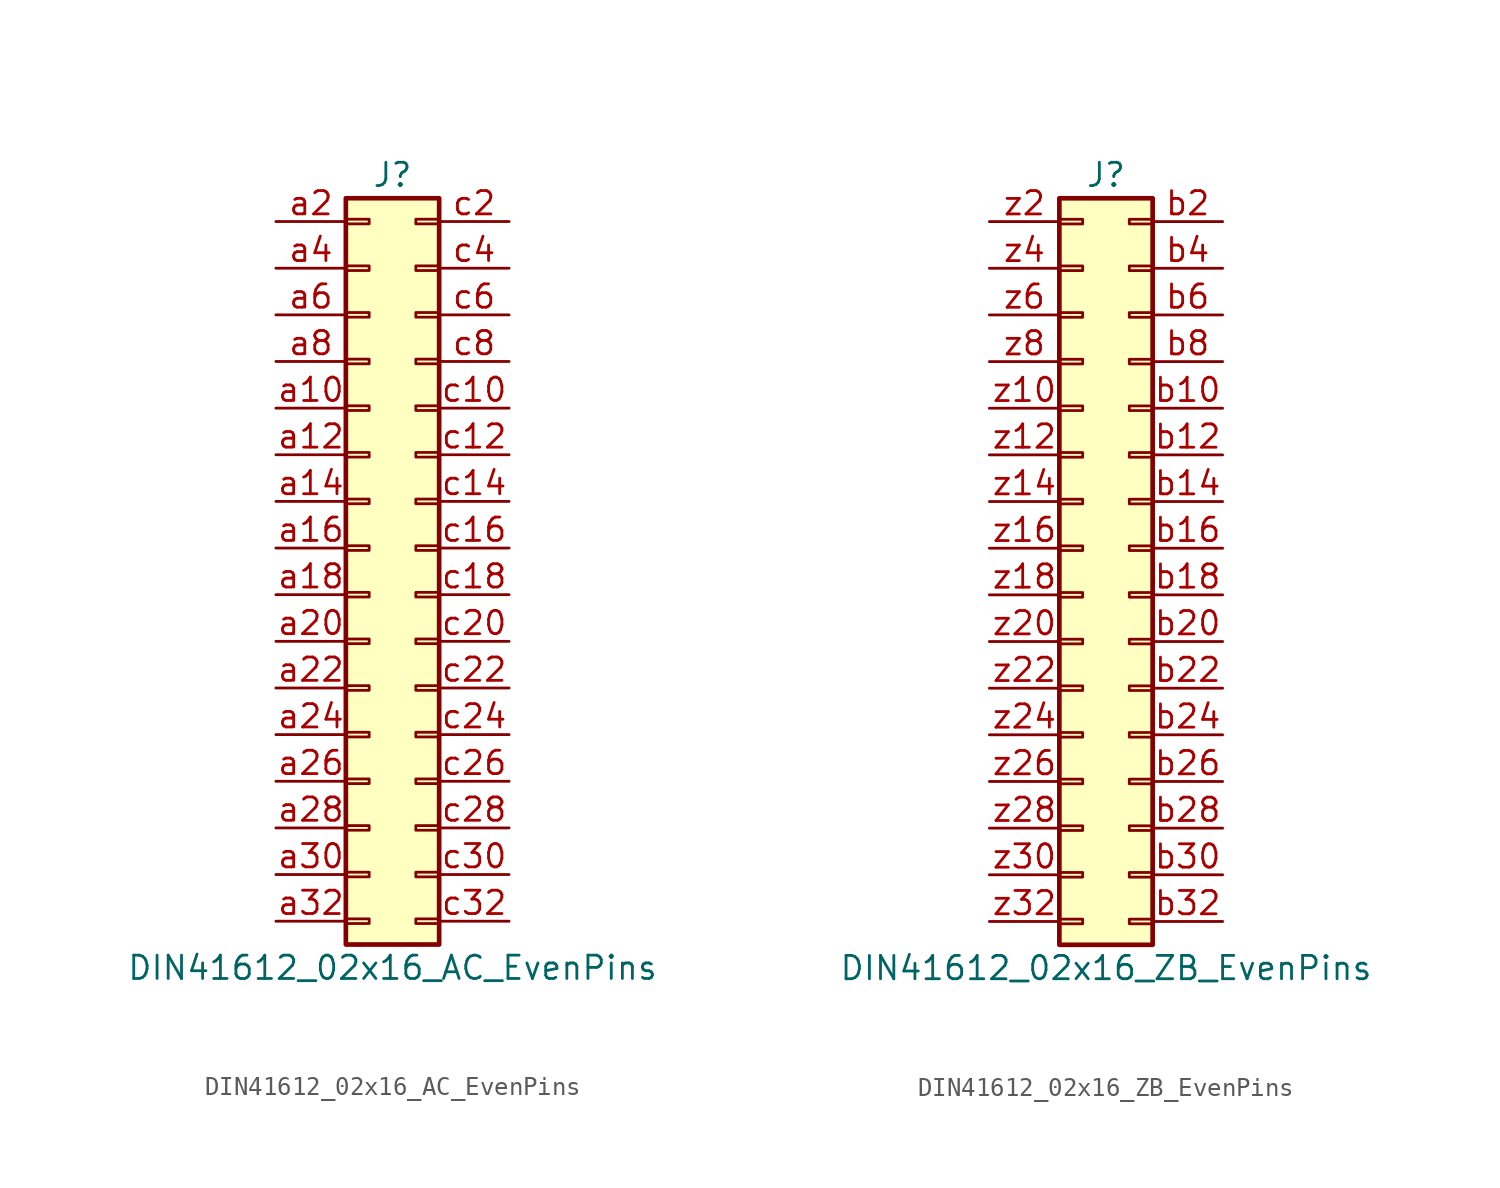
<source format=kicad_sym>
(kicad_symbol_lib
  (version 20201005)
  (generator kicad_symbol_editor)
  (symbol "Connector:DIN41612_02x16_AC_EvenPins"
    (pin_names
      (offset 1.016) hide)
    (property "Reference" "J"
      (at 1.27 20.32 0)
      (effects (font (size 1.27 1.27))))
    (property "Value" "DIN41612_02x16_AC_EvenPins"
      (at 1.27 -22.86 0)
      (effects (font (size 1.27 1.27))))
    (symbol "DIN41612_02x16_AC_EvenPins_1_1"
      (rectangle (start -1.27 -20.193) (end 0 -20.447) (stroke (width 0.152)) (fill (type none)))
      (rectangle (start -1.27 -17.653) (end 0 -17.907) (stroke (width 0.152)) (fill (type none)))
      (rectangle (start -1.27 -15.113) (end 0 -15.367) (stroke (width 0.152)) (fill (type none)))
      (rectangle (start -1.27 -12.573) (end 0 -12.827) (stroke (width 0.152)) (fill (type none)))
      (rectangle (start -1.27 -10.033) (end 0 -10.287) (stroke (width 0.152)) (fill (type none)))
      (rectangle (start -1.27 -7.493) (end 0 -7.747) (stroke (width 0.152)) (fill (type none)))
      (rectangle (start -1.27 -4.953) (end 0 -5.207) (stroke (width 0.152)) (fill (type none)))
      (rectangle (start -1.27 -2.413) (end 0 -2.667) (stroke (width 0.152)) (fill (type none)))
      (rectangle (start -1.27 0.127) (end 0 -0.127) (stroke (width 0.152)) (fill (type none)))
      (rectangle (start -1.27 2.667) (end 0 2.413) (stroke (width 0.152)) (fill (type none)))
      (rectangle (start -1.27 5.207) (end 0 4.953) (stroke (width 0.152)) (fill (type none)))
      (rectangle (start -1.27 7.747) (end 0 7.493) (stroke (width 0.152)) (fill (type none)))
      (rectangle (start -1.27 10.287) (end 0 10.033) (stroke (width 0.152)) (fill (type none)))
      (rectangle (start -1.27 12.827) (end 0 12.573) (stroke (width 0.152)) (fill (type none)))
      (rectangle (start -1.27 15.367) (end 0 15.113) (stroke (width 0.152)) (fill (type none)))
      (rectangle (start -1.27 17.907) (end 0 17.653) (stroke (width 0.152)) (fill (type none)))
      (rectangle (start -1.27 19.05) (end 3.81 -21.59) (stroke (width 0.254)) (fill (type background)))
      (rectangle (start 3.81 -20.193) (end 2.54 -20.447) (stroke (width 0.152)) (fill (type none)))
      (rectangle (start 3.81 -17.653) (end 2.54 -17.907) (stroke (width 0.152)) (fill (type none)))
      (rectangle (start 3.81 -15.113) (end 2.54 -15.367) (stroke (width 0.152)) (fill (type none)))
      (rectangle (start 3.81 -12.573) (end 2.54 -12.827) (stroke (width 0.152)) (fill (type none)))
      (rectangle (start 3.81 -10.033) (end 2.54 -10.287) (stroke (width 0.152)) (fill (type none)))
      (rectangle (start 3.81 -7.493) (end 2.54 -7.747) (stroke (width 0.152)) (fill (type none)))
      (rectangle (start 3.81 -4.953) (end 2.54 -5.207) (stroke (width 0.152)) (fill (type none)))
      (rectangle (start 3.81 -2.413) (end 2.54 -2.667) (stroke (width 0.152)) (fill (type none)))
      (rectangle (start 3.81 0.127) (end 2.54 -0.127) (stroke (width 0.152)) (fill (type none)))
      (rectangle (start 3.81 2.667) (end 2.54 2.413) (stroke (width 0.152)) (fill (type none)))
      (rectangle (start 3.81 5.207) (end 2.54 4.953) (stroke (width 0.152)) (fill (type none)))
      (rectangle (start 3.81 7.747) (end 2.54 7.493) (stroke (width 0.152)) (fill (type none)))
      (rectangle (start 3.81 10.287) (end 2.54 10.033) (stroke (width 0.152)) (fill (type none)))
      (rectangle (start 3.81 12.827) (end 2.54 12.573) (stroke (width 0.152)) (fill (type none)))
      (rectangle (start 3.81 15.367) (end 2.54 15.113) (stroke (width 0.152)) (fill (type none)))
      (rectangle (start 3.81 17.907) (end 2.54 17.653) (stroke (width 0.152)) (fill (type none)))
      (pin passive line (at -5.08 7.62 0) (length 3.81) (name "Pin_a10" (effects (font (size 1.27 1.27)))) (number "a10" (effects (font (size 1.27 1.27)))))
      (pin passive line (at -5.08 5.08 0) (length 3.81) (name "Pin_a12" (effects (font (size 1.27 1.27)))) (number "a12" (effects (font (size 1.27 1.27)))))
      (pin passive line (at -5.08 2.54 0) (length 3.81) (name "Pin_a14" (effects (font (size 1.27 1.27)))) (number "a14" (effects (font (size 1.27 1.27)))))
      (pin passive line (at -5.08 0 0) (length 3.81) (name "Pin_a16" (effects (font (size 1.27 1.27)))) (number "a16" (effects (font (size 1.27 1.27)))))
      (pin passive line (at -5.08 -2.54 0) (length 3.81) (name "Pin_a18" (effects (font (size 1.27 1.27)))) (number "a18" (effects (font (size 1.27 1.27)))))
      (pin passive line (at -5.08 17.78 0) (length 3.81) (name "Pin_a2" (effects (font (size 1.27 1.27)))) (number "a2" (effects (font (size 1.27 1.27)))))
      (pin passive line (at -5.08 -5.08 0) (length 3.81) (name "Pin_a20" (effects (font (size 1.27 1.27)))) (number "a20" (effects (font (size 1.27 1.27)))))
      (pin passive line (at -5.08 -7.62 0) (length 3.81) (name "Pin_a22" (effects (font (size 1.27 1.27)))) (number "a22" (effects (font (size 1.27 1.27)))))
      (pin passive line (at -5.08 -10.16 0) (length 3.81) (name "Pin_a24" (effects (font (size 1.27 1.27)))) (number "a24" (effects (font (size 1.27 1.27)))))
      (pin passive line (at -5.08 -12.7 0) (length 3.81) (name "Pin_a26" (effects (font (size 1.27 1.27)))) (number "a26" (effects (font (size 1.27 1.27)))))
      (pin passive line (at -5.08 -15.24 0) (length 3.81) (name "Pin_a28" (effects (font (size 1.27 1.27)))) (number "a28" (effects (font (size 1.27 1.27)))))
      (pin passive line (at -5.08 -17.78 0) (length 3.81) (name "Pin_a30" (effects (font (size 1.27 1.27)))) (number "a30" (effects (font (size 1.27 1.27)))))
      (pin passive line (at -5.08 -20.32 0) (length 3.81) (name "Pin_a32" (effects (font (size 1.27 1.27)))) (number "a32" (effects (font (size 1.27 1.27)))))
      (pin passive line (at -5.08 15.24 0) (length 3.81) (name "Pin_a4" (effects (font (size 1.27 1.27)))) (number "a4" (effects (font (size 1.27 1.27)))))
      (pin passive line (at -5.08 12.7 0) (length 3.81) (name "Pin_a6" (effects (font (size 1.27 1.27)))) (number "a6" (effects (font (size 1.27 1.27)))))
      (pin passive line (at -5.08 10.16 0) (length 3.81) (name "Pin_a8" (effects (font (size 1.27 1.27)))) (number "a8" (effects (font (size 1.27 1.27)))))
      (pin passive line (at 7.62 7.62 180) (length 3.81) (name "Pin_c10" (effects (font (size 1.27 1.27)))) (number "c10" (effects (font (size 1.27 1.27)))))
      (pin passive line (at 7.62 5.08 180) (length 3.81) (name "Pin_c12" (effects (font (size 1.27 1.27)))) (number "c12" (effects (font (size 1.27 1.27)))))
      (pin passive line (at 7.62 2.54 180) (length 3.81) (name "Pin_c14" (effects (font (size 1.27 1.27)))) (number "c14" (effects (font (size 1.27 1.27)))))
      (pin passive line (at 7.62 0 180) (length 3.81) (name "Pin_c16" (effects (font (size 1.27 1.27)))) (number "c16" (effects (font (size 1.27 1.27)))))
      (pin passive line (at 7.62 -2.54 180) (length 3.81) (name "Pin_c18" (effects (font (size 1.27 1.27)))) (number "c18" (effects (font (size 1.27 1.27)))))
      (pin passive line (at 7.62 17.78 180) (length 3.81) (name "Pin_c2" (effects (font (size 1.27 1.27)))) (number "c2" (effects (font (size 1.27 1.27)))))
      (pin passive line (at 7.62 -5.08 180) (length 3.81) (name "Pin_c20" (effects (font (size 1.27 1.27)))) (number "c20" (effects (font (size 1.27 1.27)))))
      (pin passive line (at 7.62 -7.62 180) (length 3.81) (name "Pin_c22" (effects (font (size 1.27 1.27)))) (number "c22" (effects (font (size 1.27 1.27)))))
      (pin passive line (at 7.62 -10.16 180) (length 3.81) (name "Pin_c24" (effects (font (size 1.27 1.27)))) (number "c24" (effects (font (size 1.27 1.27)))))
      (pin passive line (at 7.62 -12.7 180) (length 3.81) (name "Pin_c26" (effects (font (size 1.27 1.27)))) (number "c26" (effects (font (size 1.27 1.27)))))
      (pin passive line (at 7.62 -15.24 180) (length 3.81) (name "Pin_c28" (effects (font (size 1.27 1.27)))) (number "c28" (effects (font (size 1.27 1.27)))))
      (pin passive line (at 7.62 -17.78 180) (length 3.81) (name "Pin_c30" (effects (font (size 1.27 1.27)))) (number "c30" (effects (font (size 1.27 1.27)))))
      (pin passive line (at 7.62 -20.32 180) (length 3.81) (name "Pin_c32" (effects (font (size 1.27 1.27)))) (number "c32" (effects (font (size 1.27 1.27)))))
      (pin passive line (at 7.62 15.24 180) (length 3.81) (name "Pin_c4" (effects (font (size 1.27 1.27)))) (number "c4" (effects (font (size 1.27 1.27)))))
      (pin passive line (at 7.62 12.7 180) (length 3.81) (name "Pin_c6" (effects (font (size 1.27 1.27)))) (number "c6" (effects (font (size 1.27 1.27)))))
      (pin passive line (at 7.62 10.16 180) (length 3.81) (name "Pin_c8" (effects (font (size 1.27 1.27)))) (number "c8" (effects (font (size 1.27 1.27)))))))
  (symbol "Connector:DIN41612_02x16_ZB_EvenPins"
    (pin_names
      (offset 1.016) hide)
    (property "Reference" "J"
      (at 1.27 20.32 0)
      (effects (font (size 1.27 1.27))))
    (property "Value" "DIN41612_02x16_ZB_EvenPins"
      (at 1.27 -22.86 0)
      (effects (font (size 1.27 1.27))))
    (symbol "DIN41612_02x16_ZB_EvenPins_1_1"
      (rectangle (start -1.27 -20.193) (end 0 -20.447) (stroke (width 0.152)) (fill (type none)))
      (rectangle (start -1.27 -17.653) (end 0 -17.907) (stroke (width 0.152)) (fill (type none)))
      (rectangle (start -1.27 -15.113) (end 0 -15.367) (stroke (width 0.152)) (fill (type none)))
      (rectangle (start -1.27 -12.573) (end 0 -12.827) (stroke (width 0.152)) (fill (type none)))
      (rectangle (start -1.27 -10.033) (end 0 -10.287) (stroke (width 0.152)) (fill (type none)))
      (rectangle (start -1.27 -7.493) (end 0 -7.747) (stroke (width 0.152)) (fill (type none)))
      (rectangle (start -1.27 -4.953) (end 0 -5.207) (stroke (width 0.152)) (fill (type none)))
      (rectangle (start -1.27 -2.413) (end 0 -2.667) (stroke (width 0.152)) (fill (type none)))
      (rectangle (start -1.27 0.127) (end 0 -0.127) (stroke (width 0.152)) (fill (type none)))
      (rectangle (start -1.27 2.667) (end 0 2.413) (stroke (width 0.152)) (fill (type none)))
      (rectangle (start -1.27 5.207) (end 0 4.953) (stroke (width 0.152)) (fill (type none)))
      (rectangle (start -1.27 7.747) (end 0 7.493) (stroke (width 0.152)) (fill (type none)))
      (rectangle (start -1.27 10.287) (end 0 10.033) (stroke (width 0.152)) (fill (type none)))
      (rectangle (start -1.27 12.827) (end 0 12.573) (stroke (width 0.152)) (fill (type none)))
      (rectangle (start -1.27 15.367) (end 0 15.113) (stroke (width 0.152)) (fill (type none)))
      (rectangle (start -1.27 17.907) (end 0 17.653) (stroke (width 0.152)) (fill (type none)))
      (rectangle (start -1.27 19.05) (end 3.81 -21.59) (stroke (width 0.254)) (fill (type background)))
      (rectangle (start 3.81 -20.193) (end 2.54 -20.447) (stroke (width 0.152)) (fill (type none)))
      (rectangle (start 3.81 -17.653) (end 2.54 -17.907) (stroke (width 0.152)) (fill (type none)))
      (rectangle (start 3.81 -15.113) (end 2.54 -15.367) (stroke (width 0.152)) (fill (type none)))
      (rectangle (start 3.81 -12.573) (end 2.54 -12.827) (stroke (width 0.152)) (fill (type none)))
      (rectangle (start 3.81 -10.033) (end 2.54 -10.287) (stroke (width 0.152)) (fill (type none)))
      (rectangle (start 3.81 -7.493) (end 2.54 -7.747) (stroke (width 0.152)) (fill (type none)))
      (rectangle (start 3.81 -4.953) (end 2.54 -5.207) (stroke (width 0.152)) (fill (type none)))
      (rectangle (start 3.81 -2.413) (end 2.54 -2.667) (stroke (width 0.152)) (fill (type none)))
      (rectangle (start 3.81 0.127) (end 2.54 -0.127) (stroke (width 0.152)) (fill (type none)))
      (rectangle (start 3.81 2.667) (end 2.54 2.413) (stroke (width 0.152)) (fill (type none)))
      (rectangle (start 3.81 5.207) (end 2.54 4.953) (stroke (width 0.152)) (fill (type none)))
      (rectangle (start 3.81 7.747) (end 2.54 7.493) (stroke (width 0.152)) (fill (type none)))
      (rectangle (start 3.81 10.287) (end 2.54 10.033) (stroke (width 0.152)) (fill (type none)))
      (rectangle (start 3.81 12.827) (end 2.54 12.573) (stroke (width 0.152)) (fill (type none)))
      (rectangle (start 3.81 15.367) (end 2.54 15.113) (stroke (width 0.152)) (fill (type none)))
      (rectangle (start 3.81 17.907) (end 2.54 17.653) (stroke (width 0.152)) (fill (type none)))
      (pin passive line (at 7.62 7.62 180) (length 3.81) (name "Pin_b10" (effects (font (size 1.27 1.27)))) (number "b10" (effects (font (size 1.27 1.27)))))
      (pin passive line (at 7.62 5.08 180) (length 3.81) (name "Pin_b12" (effects (font (size 1.27 1.27)))) (number "b12" (effects (font (size 1.27 1.27)))))
      (pin passive line (at 7.62 2.54 180) (length 3.81) (name "Pin_b14" (effects (font (size 1.27 1.27)))) (number "b14" (effects (font (size 1.27 1.27)))))
      (pin passive line (at 7.62 0 180) (length 3.81) (name "Pin_b16" (effects (font (size 1.27 1.27)))) (number "b16" (effects (font (size 1.27 1.27)))))
      (pin passive line (at 7.62 -2.54 180) (length 3.81) (name "Pin_b18" (effects (font (size 1.27 1.27)))) (number "b18" (effects (font (size 1.27 1.27)))))
      (pin passive line (at 7.62 17.78 180) (length 3.81) (name "Pin_b2" (effects (font (size 1.27 1.27)))) (number "b2" (effects (font (size 1.27 1.27)))))
      (pin passive line (at 7.62 -5.08 180) (length 3.81) (name "Pin_b20" (effects (font (size 1.27 1.27)))) (number "b20" (effects (font (size 1.27 1.27)))))
      (pin passive line (at 7.62 -7.62 180) (length 3.81) (name "Pin_b22" (effects (font (size 1.27 1.27)))) (number "b22" (effects (font (size 1.27 1.27)))))
      (pin passive line (at 7.62 -10.16 180) (length 3.81) (name "Pin_b24" (effects (font (size 1.27 1.27)))) (number "b24" (effects (font (size 1.27 1.27)))))
      (pin passive line (at 7.62 -12.7 180) (length 3.81) (name "Pin_b26" (effects (font (size 1.27 1.27)))) (number "b26" (effects (font (size 1.27 1.27)))))
      (pin passive line (at 7.62 -15.24 180) (length 3.81) (name "Pin_b28" (effects (font (size 1.27 1.27)))) (number "b28" (effects (font (size 1.27 1.27)))))
      (pin passive line (at 7.62 -17.78 180) (length 3.81) (name "Pin_b30" (effects (font (size 1.27 1.27)))) (number "b30" (effects (font (size 1.27 1.27)))))
      (pin passive line (at 7.62 -20.32 180) (length 3.81) (name "Pin_b32" (effects (font (size 1.27 1.27)))) (number "b32" (effects (font (size 1.27 1.27)))))
      (pin passive line (at 7.62 15.24 180) (length 3.81) (name "Pin_b4" (effects (font (size 1.27 1.27)))) (number "b4" (effects (font (size 1.27 1.27)))))
      (pin passive line (at 7.62 12.7 180) (length 3.81) (name "Pin_b6" (effects (font (size 1.27 1.27)))) (number "b6" (effects (font (size 1.27 1.27)))))
      (pin passive line (at 7.62 10.16 180) (length 3.81) (name "Pin_b8" (effects (font (size 1.27 1.27)))) (number "b8" (effects (font (size 1.27 1.27)))))
      (pin passive line (at -5.08 7.62 0) (length 3.81) (name "Pin_z10" (effects (font (size 1.27 1.27)))) (number "z10" (effects (font (size 1.27 1.27)))))
      (pin passive line (at -5.08 5.08 0) (length 3.81) (name "Pin_z12" (effects (font (size 1.27 1.27)))) (number "z12" (effects (font (size 1.27 1.27)))))
      (pin passive line (at -5.08 2.54 0) (length 3.81) (name "Pin_z14" (effects (font (size 1.27 1.27)))) (number "z14" (effects (font (size 1.27 1.27)))))
      (pin passive line (at -5.08 0 0) (length 3.81) (name "Pin_z16" (effects (font (size 1.27 1.27)))) (number "z16" (effects (font (size 1.27 1.27)))))
      (pin passive line (at -5.08 -2.54 0) (length 3.81) (name "Pin_z18" (effects (font (size 1.27 1.27)))) (number "z18" (effects (font (size 1.27 1.27)))))
      (pin passive line (at -5.08 17.78 0) (length 3.81) (name "Pin_z2" (effects (font (size 1.27 1.27)))) (number "z2" (effects (font (size 1.27 1.27)))))
      (pin passive line (at -5.08 -5.08 0) (length 3.81) (name "Pin_z20" (effects (font (size 1.27 1.27)))) (number "z20" (effects (font (size 1.27 1.27)))))
      (pin passive line (at -5.08 -7.62 0) (length 3.81) (name "Pin_z22" (effects (font (size 1.27 1.27)))) (number "z22" (effects (font (size 1.27 1.27)))))
      (pin passive line (at -5.08 -10.16 0) (length 3.81) (name "Pin_z24" (effects (font (size 1.27 1.27)))) (number "z24" (effects (font (size 1.27 1.27)))))
      (pin passive line (at -5.08 -12.7 0) (length 3.81) (name "Pin_z26" (effects (font (size 1.27 1.27)))) (number "z26" (effects (font (size 1.27 1.27)))))
      (pin passive line (at -5.08 -15.24 0) (length 3.81) (name "Pin_z28" (effects (font (size 1.27 1.27)))) (number "z28" (effects (font (size 1.27 1.27)))))
      (pin passive line (at -5.08 -17.78 0) (length 3.81) (name "Pin_z30" (effects (font (size 1.27 1.27)))) (number "z30" (effects (font (size 1.27 1.27)))))
      (pin passive line (at -5.08 -20.32 0) (length 3.81) (name "Pin_z32" (effects (font (size 1.27 1.27)))) (number "z32" (effects (font (size 1.27 1.27)))))
      (pin passive line (at -5.08 15.24 0) (length 3.81) (name "Pin_z4" (effects (font (size 1.27 1.27)))) (number "z4" (effects (font (size 1.27 1.27)))))
      (pin passive line (at -5.08 12.7 0) (length 3.81) (name "Pin_z6" (effects (font (size 1.27 1.27)))) (number "z6" (effects (font (size 1.27 1.27)))))
      (pin passive line (at -5.08 10.16 0) (length 3.81) (name "Pin_z8" (effects (font (size 1.27 1.27)))) (number "z8" (effects (font (size 1.27 1.27))))))))
</source>
